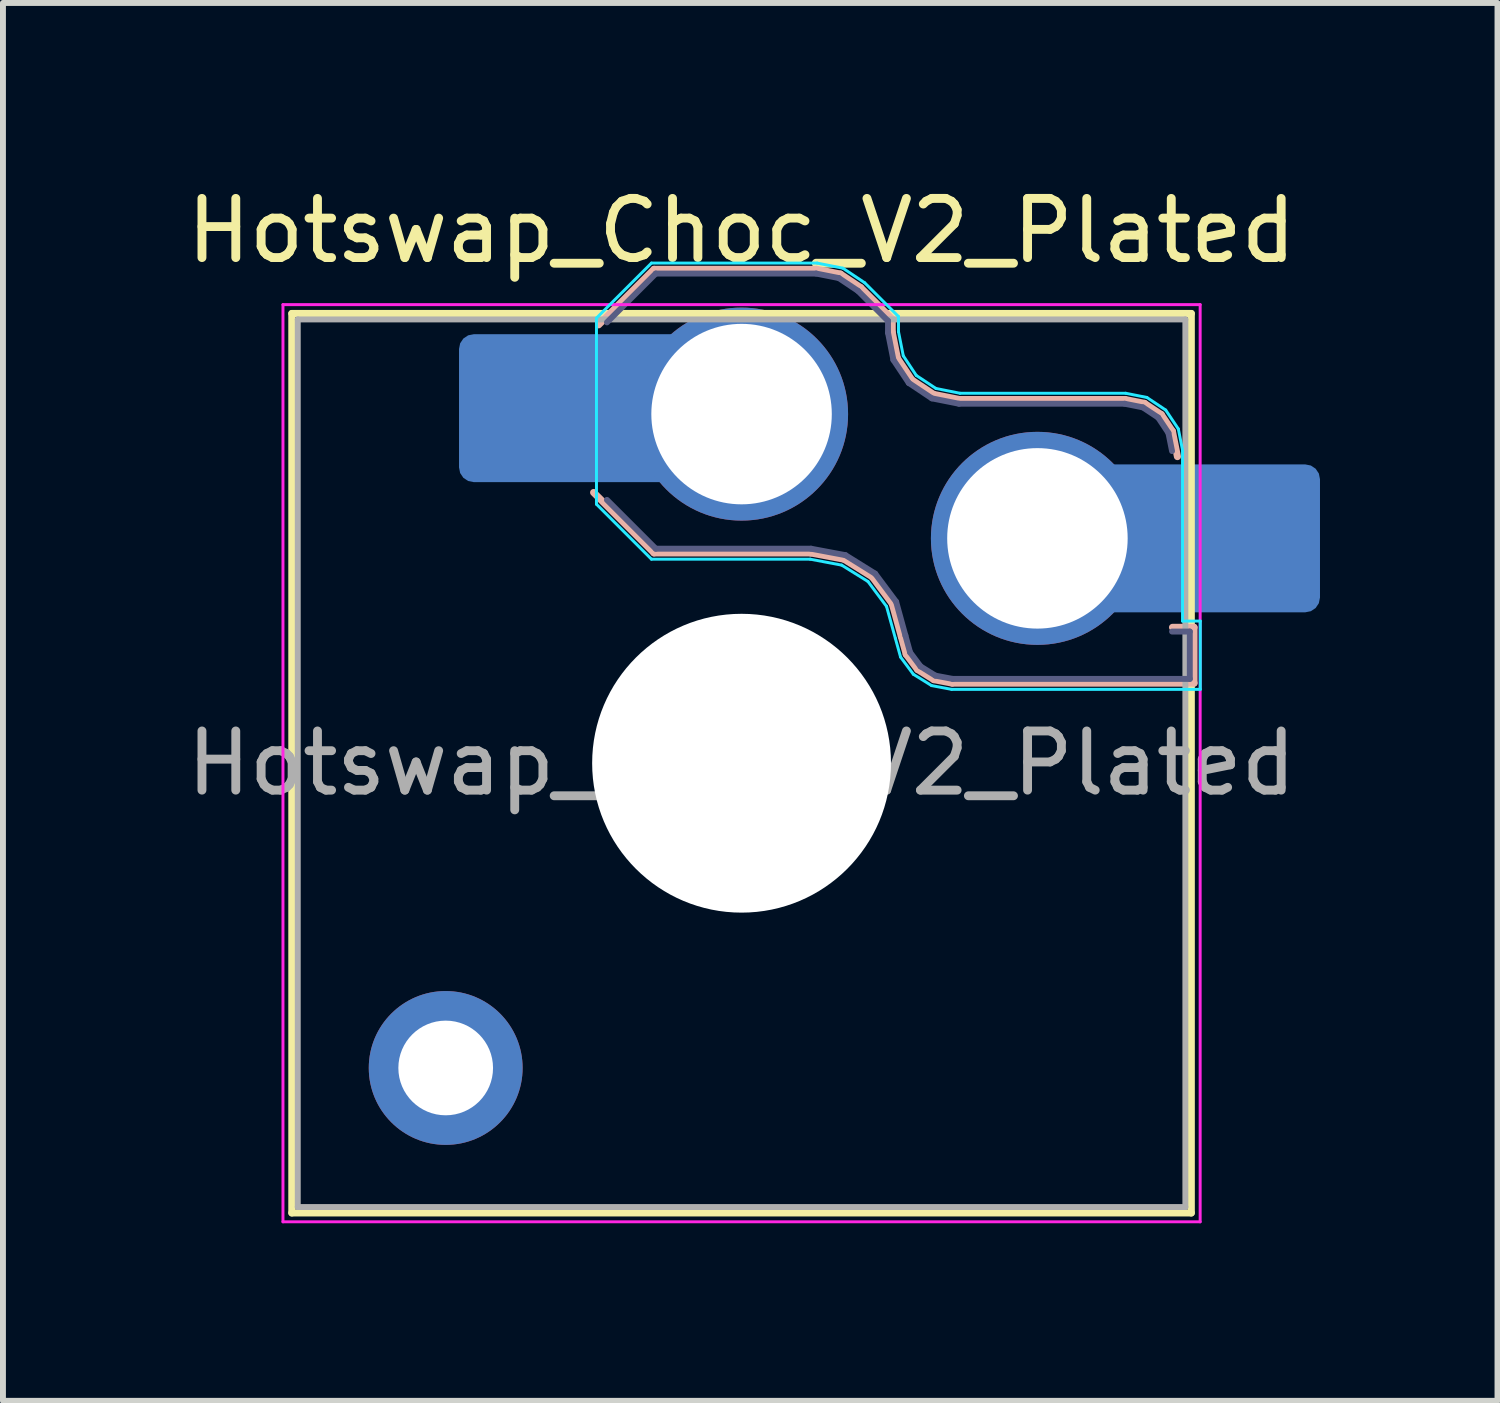
<source format=kicad_pcb>
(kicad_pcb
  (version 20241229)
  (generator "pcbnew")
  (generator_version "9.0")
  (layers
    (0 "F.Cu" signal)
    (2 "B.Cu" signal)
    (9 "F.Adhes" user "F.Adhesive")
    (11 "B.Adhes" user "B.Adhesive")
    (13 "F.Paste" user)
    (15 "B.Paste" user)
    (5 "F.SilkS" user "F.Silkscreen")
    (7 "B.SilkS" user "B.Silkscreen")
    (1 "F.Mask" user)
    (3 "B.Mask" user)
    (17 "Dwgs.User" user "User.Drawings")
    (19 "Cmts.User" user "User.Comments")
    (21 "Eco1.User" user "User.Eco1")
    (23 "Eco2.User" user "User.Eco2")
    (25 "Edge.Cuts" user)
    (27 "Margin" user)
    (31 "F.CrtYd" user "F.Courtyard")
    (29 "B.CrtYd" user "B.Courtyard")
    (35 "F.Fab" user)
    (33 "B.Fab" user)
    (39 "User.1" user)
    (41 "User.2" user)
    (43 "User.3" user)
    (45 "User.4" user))
  (footprint "Hotswap_Choc_V2_Plated"
    (layer "F.Cu")
    (at 9.482 9.848)
    (property "Reference" "Hotswap_Choc_V2_Plated" (at 0 -9 0) (layer "F.SilkS") (effects (font (size 1 1) (thickness 0.15))))
    (attr smd allow_soldermask_bridges)
    (fp_line (start -7.6 -7.6) (end -7.6 7.6) (stroke (width 0.12) (type solid)) (layer "F.SilkS"))
    (fp_line (start -7.6 7.6) (end 7.6 7.6) (stroke (width 0.12) (type solid)) (layer "F.SilkS"))
    (fp_line (start 7.6 -7.6) (end -7.6 -7.6) (stroke (width 0.12) (type solid)) (layer "F.SilkS"))
    (fp_line (start 7.6 7.6) (end 7.6 -7.6) (stroke (width 0.12) (type solid)) (layer "F.SilkS"))
    (fp_line (start -2.416 -7.409) (end -1.479 -8.346) (stroke (width 0.12) (type solid)) (layer "B.SilkS"))
    (fp_line (start -1.479 -8.346) (end 1.268 -8.346) (stroke (width 0.12) (type solid)) (layer "B.SilkS"))
    (fp_line (start -1.479 -3.554) (end -2.5 -4.575) (stroke (width 0.12) (type solid)) (layer "B.SilkS"))
    (fp_line (start 1.168 -3.554) (end -1.479 -3.554) (stroke (width 0.12) (type solid)) (layer "B.SilkS"))
    (fp_line (start 1.268 -8.346) (end 1.671 -8.266) (stroke (width 0.12) (type solid)) (layer "B.SilkS"))
    (fp_line (start 1.671 -8.266) (end 2.013 -8.037) (stroke (width 0.12) (type solid)) (layer "B.SilkS"))
    (fp_line (start 1.73 -3.449) (end 1.168 -3.554) (stroke (width 0.12) (type solid)) (layer "B.SilkS"))
    (fp_line (start 2.013 -8.037) (end 2.546 -7.504) (stroke (width 0.12) (type solid)) (layer "B.SilkS"))
    (fp_line (start 2.209 -3.15) (end 1.73 -3.449) (stroke (width 0.12) (type solid)) (layer "B.SilkS"))
    (fp_line (start 2.546 -7.504) (end 2.546 -7.282) (stroke (width 0.12) (type solid)) (layer "B.SilkS"))
    (fp_line (start 2.546 -7.282) (end 2.633 -6.844) (stroke (width 0.12) (type solid)) (layer "B.SilkS"))
    (fp_line (start 2.547 -2.697) (end 2.209 -3.15) (stroke (width 0.12) (type solid)) (layer "B.SilkS"))
    (fp_line (start 2.633 -6.844) (end 2.877 -6.477) (stroke (width 0.12) (type solid)) (layer "B.SilkS"))
    (fp_line (start 2.701 -2.139) (end 2.547 -2.697) (stroke (width 0.12) (type solid)) (layer "B.SilkS"))
    (fp_line (start 2.783 -1.841) (end 2.701 -2.139) (stroke (width 0.12) (type solid)) (layer "B.SilkS"))
    (fp_line (start 2.877 -6.477) (end 3.244 -6.233) (stroke (width 0.12) (type solid)) (layer "B.SilkS"))
    (fp_line (start 2.976 -1.583) (end 2.783 -1.841) (stroke (width 0.12) (type solid)) (layer "B.SilkS"))
    (fp_line (start 3.244 -6.233) (end 3.682 -6.146) (stroke (width 0.12) (type solid)) (layer "B.SilkS"))
    (fp_line (start 3.25 -1.413) (end 2.976 -1.583) (stroke (width 0.12) (type solid)) (layer "B.SilkS"))
    (fp_line (start 3.56 -1.354) (end 3.25 -1.413) (stroke (width 0.12) (type solid)) (layer "B.SilkS"))
    (fp_line (start 3.682 -6.146) (end 6.482 -6.146) (stroke (width 0.12) (type solid)) (layer "B.SilkS"))
    (fp_line (start 6.482 -6.146) (end 6.809 -6.081) (stroke (width 0.12) (type solid)) (layer "B.SilkS"))
    (fp_line (start 6.809 -6.081) (end 7.092 -5.892) (stroke (width 0.12) (type solid)) (layer "B.SilkS"))
    (fp_line (start 7.092 -5.892) (end 7.281 -5.609) (stroke (width 0.12) (type solid)) (layer "B.SilkS"))
    (fp_line (start 7.281 -5.609) (end 7.366 -5.182) (stroke (width 0.12) (type solid)) (layer "B.SilkS"))
    (fp_line (start 7.283 -2.296) (end 7.646 -2.296) (stroke (width 0.12) (type solid)) (layer "B.SilkS"))
    (fp_line (start 7.646 -2.296) (end 7.646 -1.354) (stroke (width 0.12) (type solid)) (layer "B.SilkS"))
    (fp_line (start 7.646 -1.354) (end 3.56 -1.354) (stroke (width 0.12) (type solid)) (layer "B.SilkS"))
    (fp_line (start -7.25 -7.25) (end -7.25 7.25) (stroke (width 0.1) (type solid)) (layer "Eco1.User"))
    (fp_line (start -7.25 7.25) (end 7.25 7.25) (stroke (width 0.1) (type solid)) (layer "Eco1.User"))
    (fp_line (start 7.25 -7.25) (end -7.25 -7.25) (stroke (width 0.1) (type solid)) (layer "Eco1.User"))
    (fp_line (start 7.25 7.25) (end 7.25 -7.25) (stroke (width 0.1) (type solid)) (layer "Eco1.User"))
    (fp_line (start -2.452 -7.523) (end -1.523 -8.452) (stroke (width 0.05) (type solid)) (layer "B.CrtYd"))
    (fp_line (start -2.452 -4.377) (end -2.452 -7.523) (stroke (width 0.05) (type solid)) (layer "B.CrtYd"))
    (fp_line (start -1.523 -8.452) (end 1.278 -8.452) (stroke (width 0.05) (type solid)) (layer "B.CrtYd"))
    (fp_line (start -1.523 -3.448) (end -2.452 -4.377) (stroke (width 0.05) (type solid)) (layer "B.CrtYd"))
    (fp_line (start 1.159 -3.448) (end -1.523 -3.448) (stroke (width 0.05) (type solid)) (layer "B.CrtYd"))
    (fp_line (start 1.278 -8.452) (end 1.712 -8.366) (stroke (width 0.05) (type solid)) (layer "B.CrtYd"))
    (fp_line (start 1.691 -3.348) (end 1.159 -3.448) (stroke (width 0.05) (type solid)) (layer "B.CrtYd"))
    (fp_line (start 1.712 -8.366) (end 2.081 -8.119) (stroke (width 0.05) (type solid)) (layer "B.CrtYd"))
    (fp_line (start 2.081 -8.119) (end 2.652 -7.548) (stroke (width 0.05) (type solid)) (layer "B.CrtYd"))
    (fp_line (start 2.136 -3.071) (end 1.691 -3.348) (stroke (width 0.05) (type solid)) (layer "B.CrtYd"))
    (fp_line (start 2.45 -2.65) (end 2.136 -3.071) (stroke (width 0.05) (type solid)) (layer "B.CrtYd"))
    (fp_line (start 2.599 -2.111) (end 2.45 -2.65) (stroke (width 0.05) (type solid)) (layer "B.CrtYd"))
    (fp_line (start 2.652 -7.548) (end 2.652 -7.292) (stroke (width 0.05) (type solid)) (layer "B.CrtYd"))
    (fp_line (start 2.652 -7.292) (end 2.733 -6.885) (stroke (width 0.05) (type solid)) (layer "B.CrtYd"))
    (fp_line (start 2.687 -1.794) (end 2.599 -2.111) (stroke (width 0.05) (type solid)) (layer "B.CrtYd"))
    (fp_line (start 2.733 -6.885) (end 2.953 -6.553) (stroke (width 0.05) (type solid)) (layer "B.CrtYd"))
    (fp_line (start 2.903 -1.503) (end 2.687 -1.794) (stroke (width 0.05) (type solid)) (layer "B.CrtYd"))
    (fp_line (start 2.953 -6.553) (end 3.285 -6.333) (stroke (width 0.05) (type solid)) (layer "B.CrtYd"))
    (fp_line (start 3.211 -1.312) (end 2.903 -1.503) (stroke (width 0.05) (type solid)) (layer "B.CrtYd"))
    (fp_line (start 3.285 -6.333) (end 3.692 -6.252) (stroke (width 0.05) (type solid)) (layer "B.CrtYd"))
    (fp_line (start 3.55 -1.248) (end 3.211 -1.312) (stroke (width 0.05) (type solid)) (layer "B.CrtYd"))
    (fp_line (start 3.692 -6.252) (end 6.492 -6.252) (stroke (width 0.05) (type solid)) (layer "B.CrtYd"))
    (fp_line (start 6.492 -6.252) (end 6.85 -6.181) (stroke (width 0.05) (type solid)) (layer "B.CrtYd"))
    (fp_line (start 6.85 -6.181) (end 7.168 -5.968) (stroke (width 0.05) (type solid)) (layer "B.CrtYd"))
    (fp_line (start 7.168 -5.968) (end 7.381 -5.65) (stroke (width 0.05) (type solid)) (layer "B.CrtYd"))
    (fp_line (start 7.381 -5.65) (end 7.452 -5.292) (stroke (width 0.05) (type solid)) (layer "B.CrtYd"))
    (fp_line (start 7.452 -5.292) (end 7.452 -2.402) (stroke (width 0.05) (type solid)) (layer "B.CrtYd"))
    (fp_line (start 7.452 -2.402) (end 7.752 -2.402) (stroke (width 0.05) (type solid)) (layer "B.CrtYd"))
    (fp_line (start 7.752 -2.402) (end 7.752 -1.248) (stroke (width 0.05) (type solid)) (layer "B.CrtYd"))
    (fp_line (start 7.752 -1.248) (end 3.55 -1.248) (stroke (width 0.05) (type solid)) (layer "B.CrtYd"))
    (fp_line (start -7.75 -7.75) (end -7.75 7.75) (stroke (width 0.05) (type solid)) (layer "F.CrtYd"))
    (fp_line (start -7.75 7.75) (end 7.75 7.75) (stroke (width 0.05) (type solid)) (layer "F.CrtYd"))
    (fp_line (start 7.75 -7.75) (end -7.75 -7.75) (stroke (width 0.05) (type solid)) (layer "F.CrtYd"))
    (fp_line (start 7.75 7.75) (end 7.75 -7.75) (stroke (width 0.05) (type solid)) (layer "F.CrtYd"))
    (fp_line (start -2.275 -7.45) (end -1.45 -8.275) (stroke (width 0.1) (type solid)) (layer "B.Fab"))
    (fp_line (start -1.45 -8.275) (end 1.261 -8.275) (stroke (width 0.1) (type solid)) (layer "B.Fab"))
    (fp_line (start -1.45 -3.625) (end -2.275 -4.45) (stroke (width 0.1) (type solid)) (layer "B.Fab"))
    (fp_line (start 1.175 -3.625) (end -1.45 -3.625) (stroke (width 0.1) (type solid)) (layer "B.Fab"))
    (fp_line (start 1.261 -8.275) (end 1.643 -8.199) (stroke (width 0.1) (type solid)) (layer "B.Fab"))
    (fp_line (start 1.643 -8.199) (end 1.968 -7.982) (stroke (width 0.1) (type solid)) (layer "B.Fab"))
    (fp_line (start 1.756 -3.516) (end 1.175 -3.625) (stroke (width 0.1) (type solid)) (layer "B.Fab"))
    (fp_line (start 1.968 -7.982) (end 2.475 -7.475) (stroke (width 0.1) (type solid)) (layer "B.Fab"))
    (fp_line (start 2.258 -3.203) (end 1.756 -3.516) (stroke (width 0.1) (type solid)) (layer "B.Fab"))
    (fp_line (start 2.475 -7.475) (end 2.475 -7.275) (stroke (width 0.1) (type solid)) (layer "B.Fab"))
    (fp_line (start 2.475 -7.275) (end 2.566 -6.816) (stroke (width 0.1) (type solid)) (layer "B.Fab"))
    (fp_line (start 2.566 -6.816) (end 2.826 -6.426) (stroke (width 0.1) (type solid)) (layer "B.Fab"))
    (fp_line (start 2.612 -2.729) (end 2.258 -3.203) (stroke (width 0.1) (type solid)) (layer "B.Fab"))
    (fp_line (start 2.769 -2.158) (end 2.612 -2.729) (stroke (width 0.1) (type solid)) (layer "B.Fab"))
    (fp_line (start 2.826 -6.426) (end 3.216 -6.166) (stroke (width 0.1) (type solid)) (layer "B.Fab"))
    (fp_line (start 2.848 -1.873) (end 2.769 -2.158) (stroke (width 0.1) (type solid)) (layer "B.Fab"))
    (fp_line (start 3.025 -1.636) (end 2.848 -1.873) (stroke (width 0.1) (type solid)) (layer "B.Fab"))
    (fp_line (start 3.216 -6.166) (end 3.675 -6.075) (stroke (width 0.1) (type solid)) (layer "B.Fab"))
    (fp_line (start 3.276 -1.48) (end 3.025 -1.636) (stroke (width 0.1) (type solid)) (layer "B.Fab"))
    (fp_line (start 3.567 -1.425) (end 3.276 -1.48) (stroke (width 0.1) (type solid)) (layer "B.Fab"))
    (fp_line (start 3.675 -6.075) (end 6.475 -6.075) (stroke (width 0.1) (type solid)) (layer "B.Fab"))
    (fp_line (start 6.475 -6.075) (end 6.781 -6.014) (stroke (width 0.1) (type solid)) (layer "B.Fab"))
    (fp_line (start 6.781 -6.014) (end 7.041 -5.841) (stroke (width 0.1) (type solid)) (layer "B.Fab"))
    (fp_line (start 7.041 -5.841) (end 7.214 -5.581) (stroke (width 0.1) (type solid)) (layer "B.Fab"))
    (fp_line (start 7.214 -5.581) (end 7.275 -5.275) (stroke (width 0.1) (type solid)) (layer "B.Fab"))
    (fp_line (start 7.275 -2.225) (end 7.575 -2.225) (stroke (width 0.1) (type solid)) (layer "B.Fab"))
    (fp_line (start 7.575 -2.225) (end 7.575 -1.425) (stroke (width 0.1) (type solid)) (layer "B.Fab"))
    (fp_line (start 7.575 -1.425) (end 3.567 -1.425) (stroke (width 0.1) (type solid)) (layer "B.Fab"))
    (fp_line (start -7.5 -7.5) (end -7.5 7.5) (stroke (width 0.1) (type solid)) (layer "F.Fab"))
    (fp_line (start -7.5 7.5) (end 7.5 7.5) (stroke (width 0.1) (type solid)) (layer "F.Fab"))
    (fp_line (start 7.5 -7.5) (end -7.5 -7.5) (stroke (width 0.1) (type solid)) (layer "F.Fab"))
    (fp_line (start 7.5 7.5) (end 7.5 -7.5) (stroke (width 0.1) (type solid)) (layer "F.Fab"))
    (fp_text user "${REFERENCE}" (at 0 0 0) (layer "F.Fab") (effects (font (size 1 1) (thickness 0.15))))
    (pad "" thru_hole circle (at -5 5.15) (size 2.6 2.6) (drill 1.6) (layers "*.Cu" "*.Mask"))
    (pad "" smd roundrect (at -3.5 -6) (size 2.55 2.5) (layers "B.Mask" "B.Paste") (roundrect_rratio 0.1))
    (pad "" np_thru_hole circle (at 0 0) (size 5.05 5.05) (drill 5.05) (layers "*.Cu" "*.Mask"))
    (pad "" smd roundrect (at 8.5 -3.8) (size 2.55 2.5) (layers "B.Mask" "B.Paste") (roundrect_rratio 0.1))
    (pad "1" smd roundrect (at -2.85 -6) (size 3.85 2.5) (layers "B.Cu") (roundrect_rratio 0.1))
    (pad "1" thru_hole circle (at 0 -5.9) (size 3.6 3.6) (drill 3.05) (layers "*.Cu" "*.Mask"))
    (pad "2" thru_hole circle (at 5 -3.8) (size 3.6 3.6) (drill 3.05) (layers "*.Cu" "*.Mask"))
    (pad "2" smd roundrect (at 7.85 -3.8) (size 3.85 2.5) (layers "B.Cu") (roundrect_rratio 0.1)))
  (gr_rect
    (start -3 -3)
    (end 22.257 20.623)
    (stroke (width 0.1) (type default))
    (fill no)
    (layer "Edge.Cuts")))
</source>
